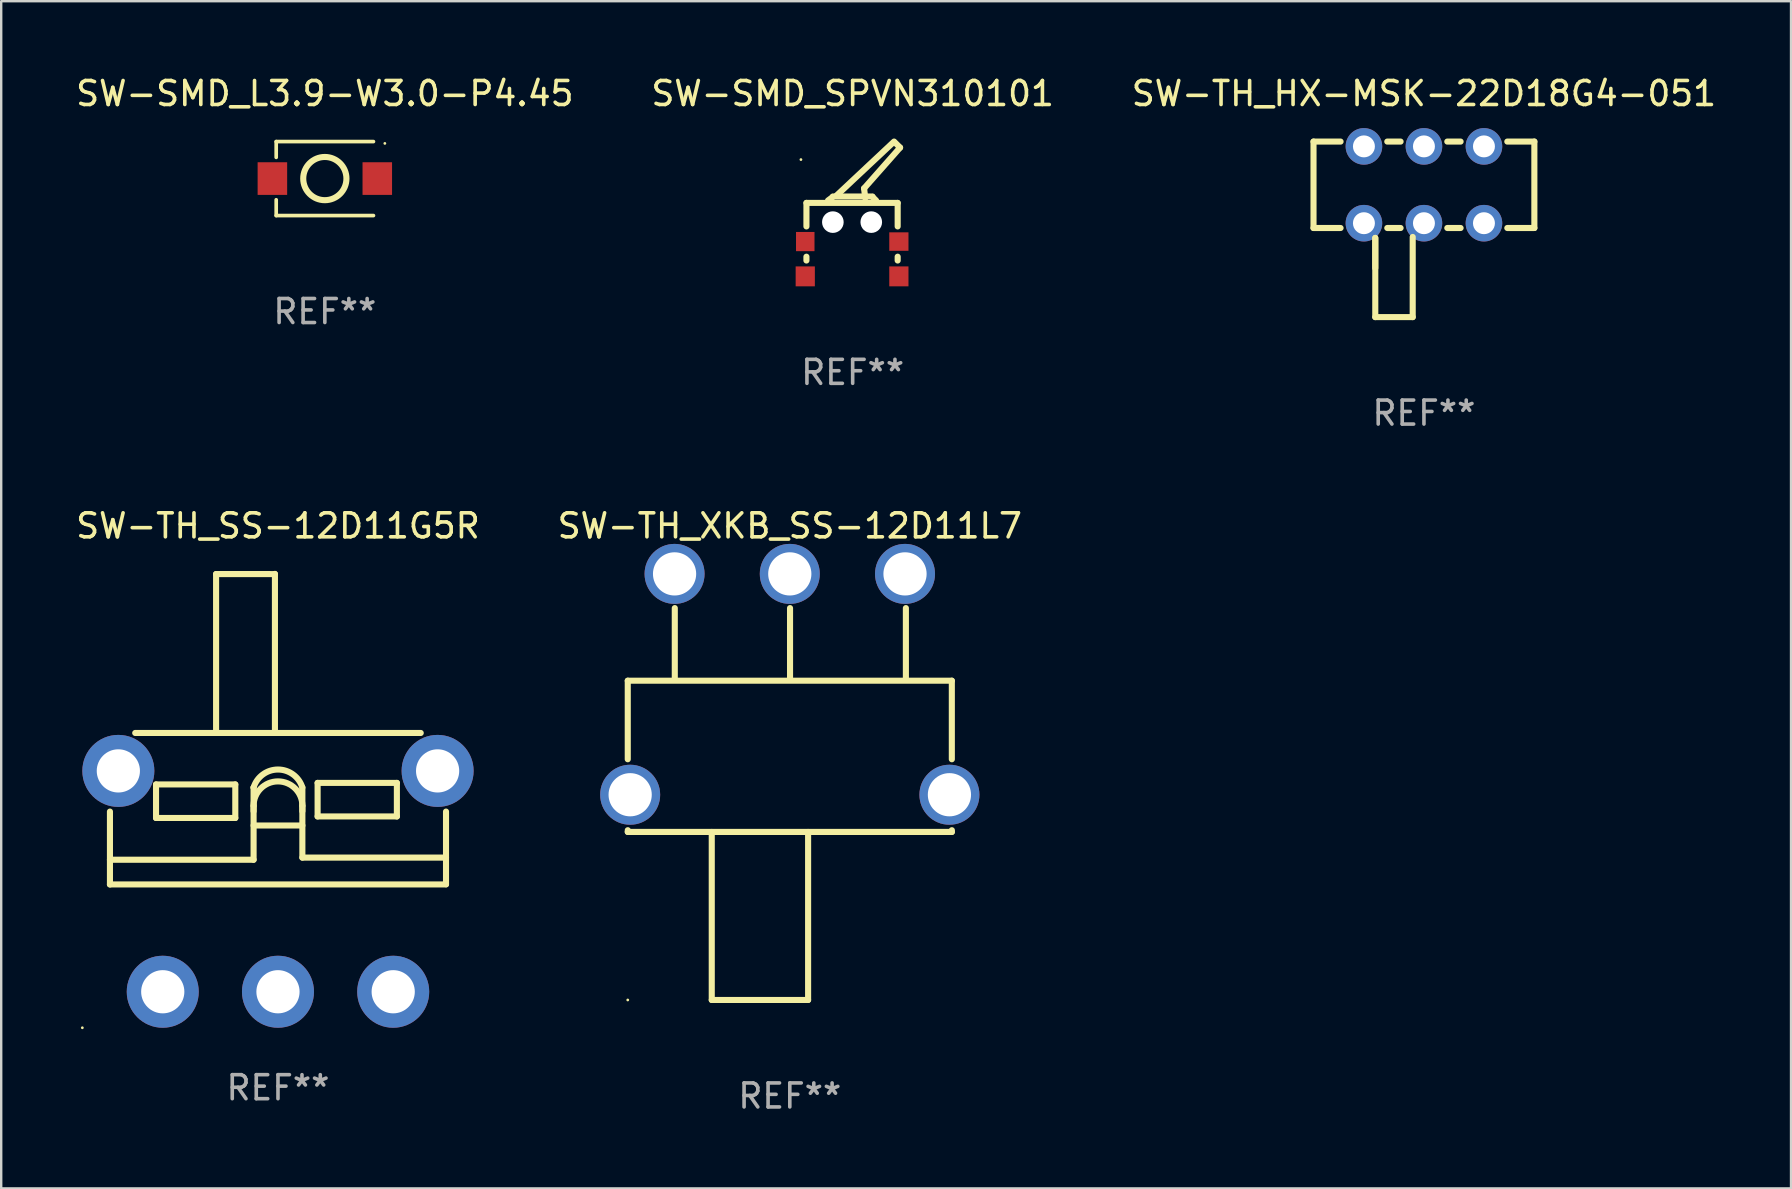
<source format=kicad_pcb>
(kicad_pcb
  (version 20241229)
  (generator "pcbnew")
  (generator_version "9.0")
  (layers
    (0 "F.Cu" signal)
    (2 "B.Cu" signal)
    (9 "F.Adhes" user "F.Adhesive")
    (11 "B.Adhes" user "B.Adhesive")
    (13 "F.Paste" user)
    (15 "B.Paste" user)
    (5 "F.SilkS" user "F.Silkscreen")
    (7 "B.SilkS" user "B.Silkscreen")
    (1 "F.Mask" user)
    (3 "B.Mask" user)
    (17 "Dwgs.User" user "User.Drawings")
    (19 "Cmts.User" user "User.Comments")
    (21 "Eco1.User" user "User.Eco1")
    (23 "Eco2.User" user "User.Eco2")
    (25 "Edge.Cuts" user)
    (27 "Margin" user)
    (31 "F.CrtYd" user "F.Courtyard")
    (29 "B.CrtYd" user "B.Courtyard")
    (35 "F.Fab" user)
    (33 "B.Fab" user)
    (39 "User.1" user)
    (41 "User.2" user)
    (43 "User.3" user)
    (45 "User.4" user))
  (footprint "SW-TH_HX-MSK-22D18G4-051"
    (layer "F.Cu")
    (at 56.268 4.648)
    (property "Reference" "SW-TH_HX-MSK-22D18G4-051" (at 0.000102 -3.8 0) (layer "F.SilkS") (effects (font (size 1 1) (thickness 0.15))))
    (attr through_hole)
    (fp_line (start -4.6 -1.8) (end -4.6 1.8) (stroke (width 0.254) (type solid)) (layer "F.SilkS"))
    (fp_line (start -4.6 1.8) (end -3.473 1.8) (stroke (width 0.254) (type solid)) (layer "F.SilkS"))
    (fp_line (start -3.473 -1.8) (end -4.6 -1.8) (stroke (width 0.254) (type solid)) (layer "F.SilkS"))
    (fp_line (start -2.027 2.213) (end -2.027 5.512) (stroke (width 0.254) (type solid)) (layer "F.SilkS"))
    (fp_line (start -2.027 3.47) (end -2.027 2.213) (stroke (width 0.254) (type solid)) (layer "F.SilkS"))
    (fp_line (start -2.027 5.512) (end -0.468 5.512) (stroke (width 0.254) (type solid)) (layer "F.SilkS"))
    (fp_line (start -1.527 1.8) (end -0.973 1.8) (stroke (width 0.254) (type solid)) (layer "F.SilkS"))
    (fp_line (start -0.973 -1.8) (end -1.527 -1.8) (stroke (width 0.254) (type solid)) (layer "F.SilkS"))
    (fp_line (start -0.468 5.512) (end -0.468 2.173) (stroke (width 0.254) (type solid)) (layer "F.SilkS"))
    (fp_line (start 0.973 1.8) (end 1.527 1.8) (stroke (width 0.254) (type solid)) (layer "F.SilkS"))
    (fp_line (start 1.527 -1.8) (end 0.973 -1.8) (stroke (width 0.254) (type solid)) (layer "F.SilkS"))
    (fp_line (start 3.473 1.8) (end 4.6 1.8) (stroke (width 0.254) (type solid)) (layer "F.SilkS"))
    (fp_line (start 4.6 -1.8) (end 3.473 -1.8) (stroke (width 0.254) (type solid)) (layer "F.SilkS"))
    (fp_line (start 4.6 1.8) (end 4.6 -1.8) (stroke (width 0.254) (type solid)) (layer "F.SilkS"))
    (fp_circle (center -4.6 -1.8) (end -4.57 -1.8) (stroke (width 0.06) (type solid)) (fill no) (layer "F.SilkS"))
    (fp_text user "REF**" (at 0.000102 9.512 0) (layer "F.Fab") (effects (font (size 1 1) (thickness 0.15))))
    (pad "1" thru_hole circle (at -2.5 -1.6 270) (size 1.524 1.524) (drill 0.914) (layers "*.Cu" "*.Mask"))
    (pad "2" thru_hole circle (at 0.000127 -1.6 270) (size 1.524 1.524) (drill 0.914) (layers "*.Cu" "*.Mask"))
    (pad "3" thru_hole circle (at 2.5 -1.6 270) (size 1.524 1.524) (drill 0.914) (layers "*.Cu" "*.Mask"))
    (pad "4" thru_hole circle (at -2.5 1.6 270) (size 1.524 1.524) (drill 0.914) (layers "*.Cu" "*.Mask"))
    (pad "5" thru_hole circle (at 0.000127 1.6 270) (size 1.524 1.524) (drill 0.914) (layers "*.Cu" "*.Mask"))
    (pad "6" thru_hole circle (at 2.5 1.6 270) (size 1.524 1.524) (drill 0.914) (layers "*.Cu" "*.Mask")))
  (footprint "SW-TH_SS-12D11G5R"
    (layer "F.Cu")
    (at 8.53 33.664)
    (property "Reference" "SW-TH_SS-12D11G5R" (at 0.000114 -14.807 0) (layer "F.SilkS") (effects (font (size 1 1) (thickness 0.15))))
    (attr through_hole)
    (fp_line (start -7 -0.899) (end -1.016 -0.899) (stroke (width 0.254) (type solid)) (layer "F.SilkS"))
    (fp_line (start -7 0.13) (end -7 -2.905) (stroke (width 0.254) (type solid)) (layer "F.SilkS"))
    (fp_line (start -5.947 -6.18) (end 5.947 -6.18) (stroke (width 0.254) (type solid)) (layer "F.SilkS"))
    (fp_line (start -5.08 -4.036) (end -5.08 -2.639) (stroke (width 0.254) (type solid)) (layer "F.SilkS"))
    (fp_line (start -5.08 -2.639) (end -1.778 -2.639) (stroke (width 0.254) (type solid)) (layer "F.SilkS"))
    (fp_line (start -2.578 -12.8) (end -0.127 -12.799) (stroke (width 0.254) (type solid)) (layer "F.SilkS"))
    (fp_line (start -2.578 -6.18) (end -2.578 -12.8) (stroke (width 0.254) (type solid)) (layer "F.SilkS"))
    (fp_line (start -1.778 -4.036) (end -5.08 -4.036) (stroke (width 0.254) (type solid)) (layer "F.SilkS"))
    (fp_line (start -1.778 -2.639) (end -1.778 -4.036) (stroke (width 0.254) (type solid)) (layer "F.SilkS"))
    (fp_line (start -1.016 -3.909) (end -1.016 -3.909) (stroke (width 0.254) (type solid)) (layer "F.SilkS"))
    (fp_line (start -1.016 -2.923) (end -1.016 -3.909) (stroke (width 0.254) (type solid)) (layer "F.SilkS"))
    (fp_line (start -1.016 -2.326) (end 1.016 -2.326) (stroke (width 0.254) (type solid)) (layer "F.SilkS"))
    (fp_line (start -1.016 -0.899) (end -1.016 -3.147) (stroke (width 0.254) (type solid)) (layer "F.SilkS"))
    (fp_line (start -0.127 -6.187) (end -0.127 -12.807) (stroke (width 0.254) (type solid)) (layer "F.SilkS"))
    (fp_line (start 1.016 -3.147) (end 1.016 -0.988) (stroke (width 0.254) (type solid)) (layer "F.SilkS"))
    (fp_line (start 1.016 -2.923) (end 1.016 -3.909) (stroke (width 0.254) (type solid)) (layer "F.SilkS"))
    (fp_line (start 1.016 -0.988) (end 7 -0.988) (stroke (width 0.254) (type solid)) (layer "F.SilkS"))
    (fp_line (start 1.651 -4.1) (end 1.651 -2.703) (stroke (width 0.254) (type solid)) (layer "F.SilkS"))
    (fp_line (start 1.651 -2.703) (end 4.953 -2.703) (stroke (width 0.254) (type solid)) (layer "F.SilkS"))
    (fp_line (start 4.953 -4.1) (end 1.651 -4.1) (stroke (width 0.254) (type solid)) (layer "F.SilkS"))
    (fp_line (start 4.953 -2.703) (end 4.953 -4.1) (stroke (width 0.254) (type solid)) (layer "F.SilkS"))
    (fp_line (start 7 -2.905) (end 7 0.12) (stroke (width 0.254) (type solid)) (layer "F.SilkS"))
    (fp_line (start 7 0.13) (end -7 0.13) (stroke (width 0.254) (type solid)) (layer "F.SilkS"))
    (fp_arc (start -1.016002 -3.909017) (mid 0 -4.657451) (end 1.016002 -3.909018) (stroke (width 0.254001) (type solid)) (layer "F.SilkS"))
    (fp_arc (start -1.016002 -3.147015) (mid 0 -4.163017) (end 1.016002 -3.147015) (stroke (width 0.254001) (type solid)) (layer "F.SilkS"))
    (fp_circle (center -8.15 6.1) (end -8.12 6.1) (stroke (width 0.06) (type solid)) (fill no) (layer "F.SilkS"))
    (fp_text user "REF**" (at 0.000114 8.6 0) (layer "F.Fab") (effects (font (size 1 1) (thickness 0.15))))
    (pad "1" thru_hole circle (at -4.8 4.6) (size 3 3) (drill 1.8) (layers "*.Cu" "*.Mask"))
    (pad "2" thru_hole circle (at 0 4.6) (size 3 3) (drill 1.8) (layers "*.Cu" "*.Mask"))
    (pad "3" thru_hole circle (at 4.8 4.6) (size 3 3) (drill 1.8) (layers "*.Cu" "*.Mask"))
    (pad "4" thru_hole circle (at 6.65 -4.6) (size 3 3) (drill 1.8) (layers "*.Cu" "*.Mask"))
    (pad "5" thru_hole circle (at -6.65 -4.6) (size 3 3) (drill 1.8) (layers "*.Cu" "*.Mask")))
  (footprint "SW-SMD_SPVN310101"
    (layer "F.Cu")
    (at 32.445 7.738)
    (property "Reference" "SW-SMD_SPVN310101" (at 0.025 -6.89 0) (layer "F.SilkS") (effects (font (size 1 1) (thickness 0.15))))
    (attr smd)
    (fp_line (start -1.901 -0.094) (end -1.901 0.064) (stroke (width 0.254) (type solid)) (layer "F.SilkS"))
    (fp_line (start -1.9 -2.336) (end -1.901 -1.356) (stroke (width 0.254) (type solid)) (layer "F.SilkS"))
    (fp_line (start -1.9 -2.336) (end 1.9 -2.335) (stroke (width 0.254) (type solid)) (layer "F.SilkS"))
    (fp_line (start -0.8 -2.586) (end -1 -2.438) (stroke (width 0.254) (type solid)) (layer "F.SilkS"))
    (fp_line (start -0.8 -2.602) (end 0.85 -2.602) (stroke (width 0.254) (type solid)) (layer "F.SilkS"))
    (fp_line (start -0.65 -2.64) (end 1.75 -4.89) (stroke (width 0.254) (type solid)) (layer "F.SilkS"))
    (fp_line (start 0.5 -2.94) (end 0.55 -2.54) (stroke (width 0.254) (type solid)) (layer "F.SilkS"))
    (fp_line (start 0.851 -2.586) (end 1 -2.438) (stroke (width 0.254) (type solid)) (layer "F.SilkS"))
    (fp_line (start 1.8 -4.84) (end 2 -4.64) (stroke (width 0.254) (type solid)) (layer "F.SilkS"))
    (fp_line (start 1.9 -2.335) (end 1.9 -1.356) (stroke (width 0.254) (type solid)) (layer "F.SilkS"))
    (fp_line (start 1.9 -0.094) (end 1.9 0.064) (stroke (width 0.254) (type solid)) (layer "F.SilkS"))
    (fp_line (start 2 -4.64) (end 0.5 -2.94) (stroke (width 0.254) (type solid)) (layer "F.SilkS"))
    (fp_circle (center -2.13 -4.14) (end -2.1 -4.14) (stroke (width 0.06) (type solid)) (fill no) (layer "F.SilkS"))
    (fp_circle (center -0.8 -1.535) (end -0.637 -1.535) (stroke (width 0.325) (type solid)) (fill no) (layer "F.Fab"))
    (fp_circle (center 0.8 -1.535) (end 0.963 -1.535) (stroke (width 0.325) (type solid)) (fill no) (layer "F.Fab"))
    (fp_text user "REF**" (at 0.025 4.725 0) (layer "F.Fab") (effects (font (size 1 1) (thickness 0.15))))
    (pad "" np_thru_hole circle (at -0.8 -1.535) (size 0.9 0.9) (drill 0.9) (layers "*.Cu" "*.Mask"))
    (pad "" np_thru_hole circle (at 0.8 -1.535) (size 0.9 0.9) (drill 0.9) (layers "*.Cu" "*.Mask"))
    (pad "1" smd rect (at -1.95 -0.725 90) (size 0.8 0.77) (layers "F.Cu" "F.Mask" "F.Paste"))
    (pad "2" smd rect (at -1.95 0.725 180) (size 0.8 0.83) (layers "F.Cu" "F.Mask" "F.Paste"))
    (pad "3" smd rect (at 1.95 0.725) (size 0.8 0.83) (layers "F.Cu" "F.Mask" "F.Paste"))
    (pad "4" smd rect (at 1.95 -0.725) (size 0.8 0.77) (layers "F.Cu" "F.Mask" "F.Paste")))
  (footprint "SW-TH_XKB_SS-12D11L7"
    (layer "F.Cu")
    (at 29.851 25.457)
    (property "Reference" "SW-TH_XKB_SS-12D11L7" (at 0.000381 -6.6 0) (layer "F.SilkS") (effects (font (size 1 1) (thickness 0.15))))
    (attr through_hole)
    (fp_line (start -6.75 -0.15) (end 6.75 -0.15) (stroke (width 0.254) (type solid)) (layer "F.SilkS"))
    (fp_line (start -6.75 3.122) (end -6.75 -0.15) (stroke (width 0.254) (type solid)) (layer "F.SilkS"))
    (fp_line (start -6.749 6.15) (end -6.749 6.078) (stroke (width 0.254) (type solid)) (layer "F.SilkS"))
    (fp_line (start -4.791 -0.254) (end -4.791 -3.175) (stroke (width 0.254) (type solid)) (layer "F.SilkS"))
    (fp_line (start -3.251 13.15) (end -3.251 6.15) (stroke (width 0.254) (type solid)) (layer "F.SilkS"))
    (fp_line (start -3.251 13.15) (end 0.762 13.15) (stroke (width 0.254) (type solid)) (layer "F.SilkS"))
    (fp_line (start 0.01 -0.254) (end 0.01 -3.175) (stroke (width 0.254) (type solid)) (layer "F.SilkS"))
    (fp_line (start 0.763 13.15) (end 0.763 6.15) (stroke (width 0.254) (type solid)) (layer "F.SilkS"))
    (fp_line (start 4.836 -0.254) (end 4.836 -3.175) (stroke (width 0.254) (type solid)) (layer "F.SilkS"))
    (fp_line (start 6.75 -0.15) (end 6.75 3.122) (stroke (width 0.254) (type solid)) (layer "F.SilkS"))
    (fp_line (start 6.751 6.078) (end 6.751 6.15) (stroke (width 0.254) (type solid)) (layer "F.SilkS"))
    (fp_line (start 6.751 6.15) (end -6.749 6.15) (stroke (width 0.254) (type solid)) (layer "F.SilkS"))
    (fp_circle (center -6.75 13.15) (end -6.72 13.15) (stroke (width 0.06) (type solid)) (fill no) (layer "F.SilkS"))
    (fp_text user "REF**" (at 0.000381 17.15 0) (layer "F.Fab") (effects (font (size 1 1) (thickness 0.15))))
    (pad "1" thru_hole circle (at -4.8 -4.6 180) (size 2.5 2.5) (drill 1.8) (layers "*.Cu" "*.Mask"))
    (pad "2" thru_hole circle (at 0 -4.6 180) (size 2.5 2.5) (drill 1.8) (layers "*.Cu" "*.Mask"))
    (pad "3" thru_hole circle (at 4.8 -4.6 180) (size 2.5 2.5) (drill 1.8) (layers "*.Cu" "*.Mask"))
    (pad "4" thru_hole circle (at 6.65 4.6 180) (size 2.5 2.5) (drill 1.8) (layers "*.Cu" "*.Mask"))
    (pad "5" thru_hole circle (at -6.65 4.6 180) (size 2.5 2.5) (drill 1.8) (layers "*.Cu" "*.Mask")))
  (footprint "SW-SMD_L3.9-W3.0-P4.45"
    (layer "F.Cu")
    (at 10.482 4.389)
    (property "Reference" "SW-SMD_L3.9-W3.0-P4.45" (at 0 -3.541 0) (layer "F.SilkS") (effects (font (size 1 1) (thickness 0.15))))
    (attr smd)
    (fp_line (start -2.026 -1.541) (end -2.026 -0.883) (stroke (width 0.152) (type solid)) (layer "F.SilkS"))
    (fp_line (start -2.026 1.541) (end -2.026 0.883) (stroke (width 0.152) (type solid)) (layer "F.SilkS"))
    (fp_line (start 2.026 -1.541) (end -2.026 -1.541) (stroke (width 0.152) (type solid)) (layer "F.SilkS"))
    (fp_line (start 2.026 1.541) (end -2.026 1.541) (stroke (width 0.152) (type solid)) (layer "F.SilkS"))
    (fp_circle (center -0.000025 -0.000025) (end 0.9 -0.000025) (stroke (width 0.254) (type solid)) (fill no) (layer "F.SilkS"))
    (fp_circle (center 2.5 -1.465) (end 2.53 -1.465) (stroke (width 0.06) (type solid)) (fill no) (layer "F.SilkS"))
    (fp_text user "REF**" (at 0 5.541 0) (layer "F.Fab") (effects (font (size 1 1) (thickness 0.15))))
    (pad "1" smd rect (at -2.185 0) (size 1.23 1.36) (layers "F.Cu" "F.Mask" "F.Paste"))
    (pad "2" smd rect (at 2.185 0) (size 1.23 1.36) (layers "F.Cu" "F.Mask" "F.Paste")))
  (gr_rect
    (start -3 -3)
    (end 71.56 46.455)
    (stroke (width 0.1) (type default))
    (fill no)
    (layer "Edge.Cuts")))
</source>
